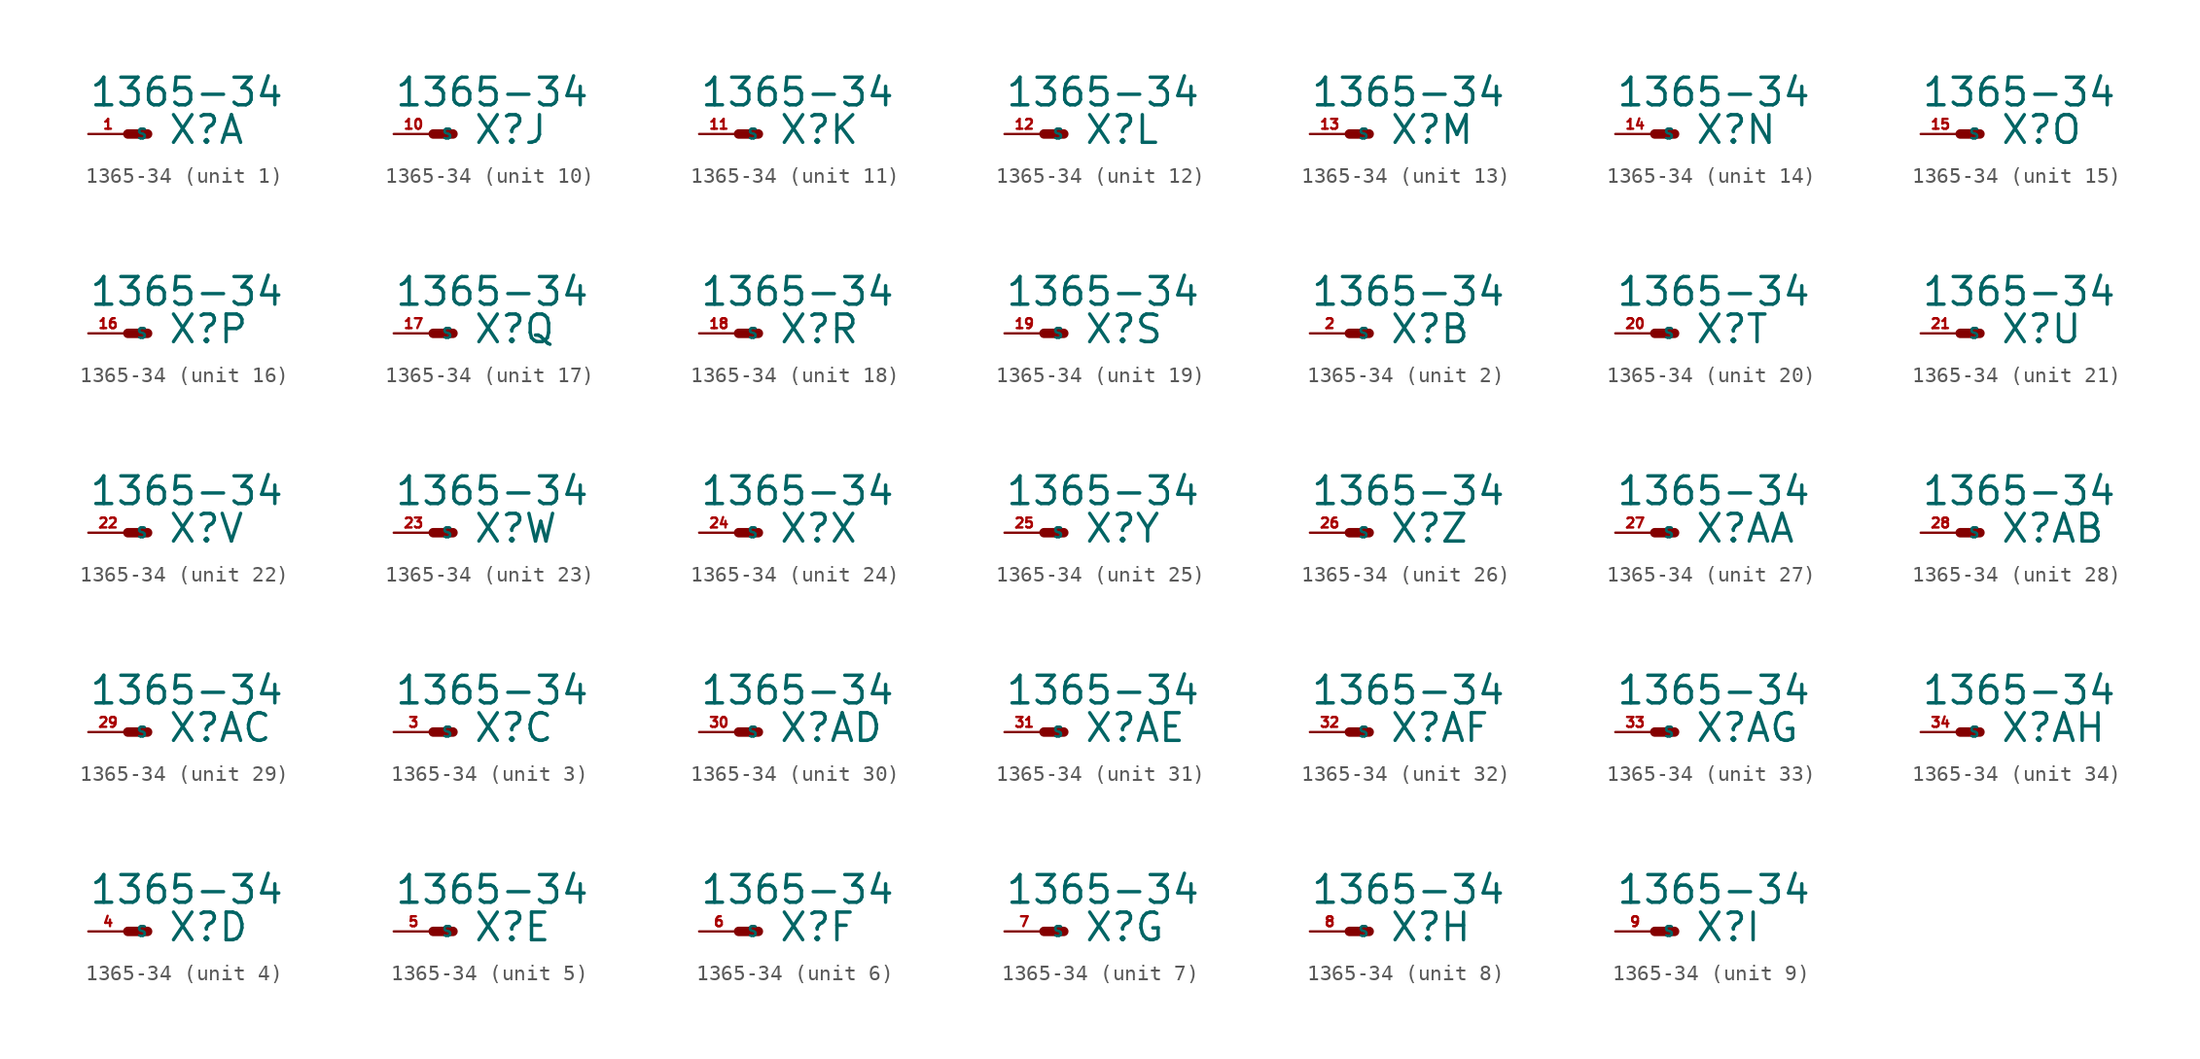
<source format=kicad_sym>
(kicad_symbol_lib
  (version 20220914)
  (generator Eagle2Kicad)
  (symbol "1365-34"
    (property "Reference" "X"
      (at 2.54 -0.762 0)
      (effects (font (size 1.778 1.778) (thickness 0.22)) (justify left bottom)))
    (property "Value" "1365-34"
      (at -2.54 1.651 0)
      (effects (font (size 1.778 1.778) (thickness 0.22)) (justify left bottom)))
    (symbol "1365-34_1_0"
      (polyline (pts (xy 0 0) (xy 1.27 0)) (stroke (width 0.61) (type default)) (fill (type none)))
      (pin passive line (at -2.54 0 0) (length 2.54) (name "S" (effects (font (size 0.635 0.635) (thickness 0.08)) (justify left bottom))) (number "1" (effects (font (size 0.635 0.635) (thickness 0.08)) (justify left bottom)))))
    (symbol "1365-34_2_0"
      (polyline (pts (xy 0 0) (xy 1.27 0)) (stroke (width 0.61) (type default)) (fill (type none)))
      (pin passive line (at -2.54 0 0) (length 2.54) (name "S" (effects (font (size 0.635 0.635) (thickness 0.08)) (justify left bottom))) (number "2" (effects (font (size 0.635 0.635) (thickness 0.08)) (justify left bottom)))))
    (symbol "1365-34_3_0"
      (polyline (pts (xy 0 0) (xy 1.27 0)) (stroke (width 0.61) (type default)) (fill (type none)))
      (pin passive line (at -2.54 0 0) (length 2.54) (name "S" (effects (font (size 0.635 0.635) (thickness 0.08)) (justify left bottom))) (number "3" (effects (font (size 0.635 0.635) (thickness 0.08)) (justify left bottom)))))
    (symbol "1365-34_4_0"
      (polyline (pts (xy 0 0) (xy 1.27 0)) (stroke (width 0.61) (type default)) (fill (type none)))
      (pin passive line (at -2.54 0 0) (length 2.54) (name "S" (effects (font (size 0.635 0.635) (thickness 0.08)) (justify left bottom))) (number "4" (effects (font (size 0.635 0.635) (thickness 0.08)) (justify left bottom)))))
    (symbol "1365-34_5_0"
      (polyline (pts (xy 0 0) (xy 1.27 0)) (stroke (width 0.61) (type default)) (fill (type none)))
      (pin passive line (at -2.54 0 0) (length 2.54) (name "S" (effects (font (size 0.635 0.635) (thickness 0.08)) (justify left bottom))) (number "5" (effects (font (size 0.635 0.635) (thickness 0.08)) (justify left bottom)))))
    (symbol "1365-34_6_0"
      (polyline (pts (xy 0 0) (xy 1.27 0)) (stroke (width 0.61) (type default)) (fill (type none)))
      (pin passive line (at -2.54 0 0) (length 2.54) (name "S" (effects (font (size 0.635 0.635) (thickness 0.08)) (justify left bottom))) (number "6" (effects (font (size 0.635 0.635) (thickness 0.08)) (justify left bottom)))))
    (symbol "1365-34_7_0"
      (polyline (pts (xy 0 0) (xy 1.27 0)) (stroke (width 0.61) (type default)) (fill (type none)))
      (pin passive line (at -2.54 0 0) (length 2.54) (name "S" (effects (font (size 0.635 0.635) (thickness 0.08)) (justify left bottom))) (number "7" (effects (font (size 0.635 0.635) (thickness 0.08)) (justify left bottom)))))
    (symbol "1365-34_8_0"
      (polyline (pts (xy 0 0) (xy 1.27 0)) (stroke (width 0.61) (type default)) (fill (type none)))
      (pin passive line (at -2.54 0 0) (length 2.54) (name "S" (effects (font (size 0.635 0.635) (thickness 0.08)) (justify left bottom))) (number "8" (effects (font (size 0.635 0.635) (thickness 0.08)) (justify left bottom)))))
    (symbol "1365-34_9_0"
      (polyline (pts (xy 0 0) (xy 1.27 0)) (stroke (width 0.61) (type default)) (fill (type none)))
      (pin passive line (at -2.54 0 0) (length 2.54) (name "S" (effects (font (size 0.635 0.635) (thickness 0.08)) (justify left bottom))) (number "9" (effects (font (size 0.635 0.635) (thickness 0.08)) (justify left bottom)))))
    (symbol "1365-34_10_0"
      (polyline (pts (xy 0 0) (xy 1.27 0)) (stroke (width 0.61) (type default)) (fill (type none)))
      (pin passive line (at -2.54 0 0) (length 2.54) (name "S" (effects (font (size 0.635 0.635) (thickness 0.08)) (justify left bottom))) (number "10" (effects (font (size 0.635 0.635) (thickness 0.08)) (justify left bottom)))))
    (symbol "1365-34_11_0"
      (polyline (pts (xy 0 0) (xy 1.27 0)) (stroke (width 0.61) (type default)) (fill (type none)))
      (pin passive line (at -2.54 0 0) (length 2.54) (name "S" (effects (font (size 0.635 0.635) (thickness 0.08)) (justify left bottom))) (number "11" (effects (font (size 0.635 0.635) (thickness 0.08)) (justify left bottom)))))
    (symbol "1365-34_12_0"
      (polyline (pts (xy 0 0) (xy 1.27 0)) (stroke (width 0.61) (type default)) (fill (type none)))
      (pin passive line (at -2.54 0 0) (length 2.54) (name "S" (effects (font (size 0.635 0.635) (thickness 0.08)) (justify left bottom))) (number "12" (effects (font (size 0.635 0.635) (thickness 0.08)) (justify left bottom)))))
    (symbol "1365-34_13_0"
      (polyline (pts (xy 0 0) (xy 1.27 0)) (stroke (width 0.61) (type default)) (fill (type none)))
      (pin passive line (at -2.54 0 0) (length 2.54) (name "S" (effects (font (size 0.635 0.635) (thickness 0.08)) (justify left bottom))) (number "13" (effects (font (size 0.635 0.635) (thickness 0.08)) (justify left bottom)))))
    (symbol "1365-34_14_0"
      (polyline (pts (xy 0 0) (xy 1.27 0)) (stroke (width 0.61) (type default)) (fill (type none)))
      (pin passive line (at -2.54 0 0) (length 2.54) (name "S" (effects (font (size 0.635 0.635) (thickness 0.08)) (justify left bottom))) (number "14" (effects (font (size 0.635 0.635) (thickness 0.08)) (justify left bottom)))))
    (symbol "1365-34_15_0"
      (polyline (pts (xy 0 0) (xy 1.27 0)) (stroke (width 0.61) (type default)) (fill (type none)))
      (pin passive line (at -2.54 0 0) (length 2.54) (name "S" (effects (font (size 0.635 0.635) (thickness 0.08)) (justify left bottom))) (number "15" (effects (font (size 0.635 0.635) (thickness 0.08)) (justify left bottom)))))
    (symbol "1365-34_16_0"
      (polyline (pts (xy 0 0) (xy 1.27 0)) (stroke (width 0.61) (type default)) (fill (type none)))
      (pin passive line (at -2.54 0 0) (length 2.54) (name "S" (effects (font (size 0.635 0.635) (thickness 0.08)) (justify left bottom))) (number "16" (effects (font (size 0.635 0.635) (thickness 0.08)) (justify left bottom)))))
    (symbol "1365-34_17_0"
      (polyline (pts (xy 0 0) (xy 1.27 0)) (stroke (width 0.61) (type default)) (fill (type none)))
      (pin passive line (at -2.54 0 0) (length 2.54) (name "S" (effects (font (size 0.635 0.635) (thickness 0.08)) (justify left bottom))) (number "17" (effects (font (size 0.635 0.635) (thickness 0.08)) (justify left bottom)))))
    (symbol "1365-34_18_0"
      (polyline (pts (xy 0 0) (xy 1.27 0)) (stroke (width 0.61) (type default)) (fill (type none)))
      (pin passive line (at -2.54 0 0) (length 2.54) (name "S" (effects (font (size 0.635 0.635) (thickness 0.08)) (justify left bottom))) (number "18" (effects (font (size 0.635 0.635) (thickness 0.08)) (justify left bottom)))))
    (symbol "1365-34_19_0"
      (polyline (pts (xy 0 0) (xy 1.27 0)) (stroke (width 0.61) (type default)) (fill (type none)))
      (pin passive line (at -2.54 0 0) (length 2.54) (name "S" (effects (font (size 0.635 0.635) (thickness 0.08)) (justify left bottom))) (number "19" (effects (font (size 0.635 0.635) (thickness 0.08)) (justify left bottom)))))
    (symbol "1365-34_20_0"
      (polyline (pts (xy 0 0) (xy 1.27 0)) (stroke (width 0.61) (type default)) (fill (type none)))
      (pin passive line (at -2.54 0 0) (length 2.54) (name "S" (effects (font (size 0.635 0.635) (thickness 0.08)) (justify left bottom))) (number "20" (effects (font (size 0.635 0.635) (thickness 0.08)) (justify left bottom)))))
    (symbol "1365-34_21_0"
      (polyline (pts (xy 0 0) (xy 1.27 0)) (stroke (width 0.61) (type default)) (fill (type none)))
      (pin passive line (at -2.54 0 0) (length 2.54) (name "S" (effects (font (size 0.635 0.635) (thickness 0.08)) (justify left bottom))) (number "21" (effects (font (size 0.635 0.635) (thickness 0.08)) (justify left bottom)))))
    (symbol "1365-34_22_0"
      (polyline (pts (xy 0 0) (xy 1.27 0)) (stroke (width 0.61) (type default)) (fill (type none)))
      (pin passive line (at -2.54 0 0) (length 2.54) (name "S" (effects (font (size 0.635 0.635) (thickness 0.08)) (justify left bottom))) (number "22" (effects (font (size 0.635 0.635) (thickness 0.08)) (justify left bottom)))))
    (symbol "1365-34_23_0"
      (polyline (pts (xy 0 0) (xy 1.27 0)) (stroke (width 0.61) (type default)) (fill (type none)))
      (pin passive line (at -2.54 0 0) (length 2.54) (name "S" (effects (font (size 0.635 0.635) (thickness 0.08)) (justify left bottom))) (number "23" (effects (font (size 0.635 0.635) (thickness 0.08)) (justify left bottom)))))
    (symbol "1365-34_24_0"
      (polyline (pts (xy 0 0) (xy 1.27 0)) (stroke (width 0.61) (type default)) (fill (type none)))
      (pin passive line (at -2.54 0 0) (length 2.54) (name "S" (effects (font (size 0.635 0.635) (thickness 0.08)) (justify left bottom))) (number "24" (effects (font (size 0.635 0.635) (thickness 0.08)) (justify left bottom)))))
    (symbol "1365-34_25_0"
      (polyline (pts (xy 0 0) (xy 1.27 0)) (stroke (width 0.61) (type default)) (fill (type none)))
      (pin passive line (at -2.54 0 0) (length 2.54) (name "S" (effects (font (size 0.635 0.635) (thickness 0.08)) (justify left bottom))) (number "25" (effects (font (size 0.635 0.635) (thickness 0.08)) (justify left bottom)))))
    (symbol "1365-34_26_0"
      (polyline (pts (xy 0 0) (xy 1.27 0)) (stroke (width 0.61) (type default)) (fill (type none)))
      (pin passive line (at -2.54 0 0) (length 2.54) (name "S" (effects (font (size 0.635 0.635) (thickness 0.08)) (justify left bottom))) (number "26" (effects (font (size 0.635 0.635) (thickness 0.08)) (justify left bottom)))))
    (symbol "1365-34_27_0"
      (polyline (pts (xy 0 0) (xy 1.27 0)) (stroke (width 0.61) (type default)) (fill (type none)))
      (pin passive line (at -2.54 0 0) (length 2.54) (name "S" (effects (font (size 0.635 0.635) (thickness 0.08)) (justify left bottom))) (number "27" (effects (font (size 0.635 0.635) (thickness 0.08)) (justify left bottom)))))
    (symbol "1365-34_28_0"
      (polyline (pts (xy 0 0) (xy 1.27 0)) (stroke (width 0.61) (type default)) (fill (type none)))
      (pin passive line (at -2.54 0 0) (length 2.54) (name "S" (effects (font (size 0.635 0.635) (thickness 0.08)) (justify left bottom))) (number "28" (effects (font (size 0.635 0.635) (thickness 0.08)) (justify left bottom)))))
    (symbol "1365-34_29_0"
      (polyline (pts (xy 0 0) (xy 1.27 0)) (stroke (width 0.61) (type default)) (fill (type none)))
      (pin passive line (at -2.54 0 0) (length 2.54) (name "S" (effects (font (size 0.635 0.635) (thickness 0.08)) (justify left bottom))) (number "29" (effects (font (size 0.635 0.635) (thickness 0.08)) (justify left bottom)))))
    (symbol "1365-34_30_0"
      (polyline (pts (xy 0 0) (xy 1.27 0)) (stroke (width 0.61) (type default)) (fill (type none)))
      (pin passive line (at -2.54 0 0) (length 2.54) (name "S" (effects (font (size 0.635 0.635) (thickness 0.08)) (justify left bottom))) (number "30" (effects (font (size 0.635 0.635) (thickness 0.08)) (justify left bottom)))))
    (symbol "1365-34_31_0"
      (polyline (pts (xy 0 0) (xy 1.27 0)) (stroke (width 0.61) (type default)) (fill (type none)))
      (pin passive line (at -2.54 0 0) (length 2.54) (name "S" (effects (font (size 0.635 0.635) (thickness 0.08)) (justify left bottom))) (number "31" (effects (font (size 0.635 0.635) (thickness 0.08)) (justify left bottom)))))
    (symbol "1365-34_32_0"
      (polyline (pts (xy 0 0) (xy 1.27 0)) (stroke (width 0.61) (type default)) (fill (type none)))
      (pin passive line (at -2.54 0 0) (length 2.54) (name "S" (effects (font (size 0.635 0.635) (thickness 0.08)) (justify left bottom))) (number "32" (effects (font (size 0.635 0.635) (thickness 0.08)) (justify left bottom)))))
    (symbol "1365-34_33_0"
      (polyline (pts (xy 0 0) (xy 1.27 0)) (stroke (width 0.61) (type default)) (fill (type none)))
      (pin passive line (at -2.54 0 0) (length 2.54) (name "S" (effects (font (size 0.635 0.635) (thickness 0.08)) (justify left bottom))) (number "33" (effects (font (size 0.635 0.635) (thickness 0.08)) (justify left bottom)))))
    (symbol "1365-34_34_0"
      (polyline (pts (xy 0 0) (xy 1.27 0)) (stroke (width 0.61) (type default)) (fill (type none)))
      (pin passive line (at -2.54 0 0) (length 2.54) (name "S" (effects (font (size 0.635 0.635) (thickness 0.08)) (justify left bottom))) (number "34" (effects (font (size 0.635 0.635) (thickness 0.08)) (justify left bottom)))))))
</source>
